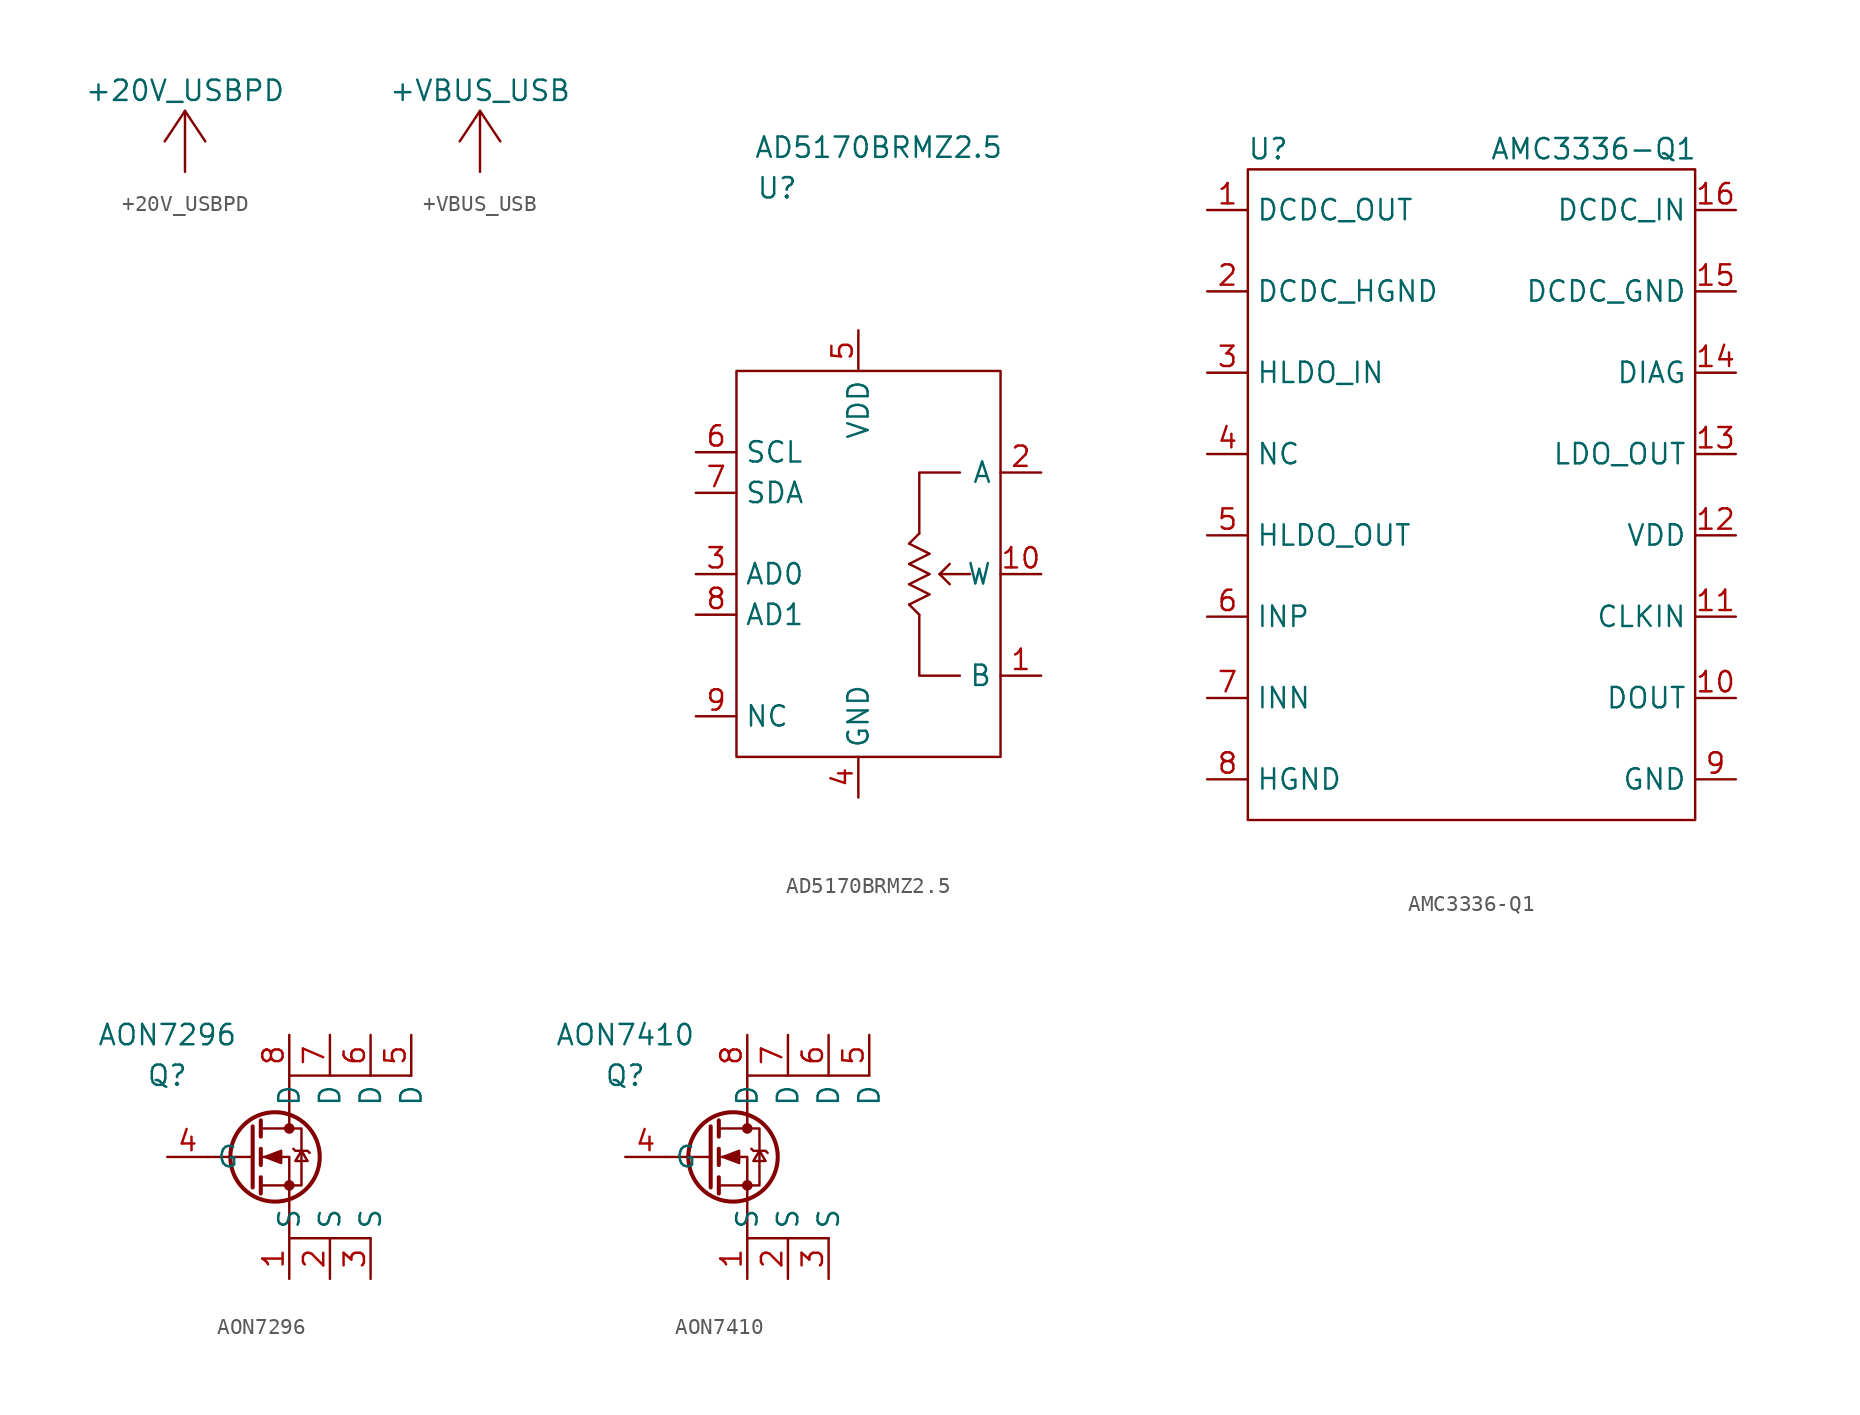
<source format=kicad_sym>
(kicad_symbol_lib
  (version 20211014)
  (generator kicad_symbol_editor)
  (symbol "+20V_USBPD"
    (power)
    (property "Reference" "#PWR"
      (at -6.35 3.81 0)
      (effects (font (size 1.27 1.27)) hide))
    (property "Value" "+20V_USBPD"
      (at 0 5.08 0)
      (effects (font (size 1.27 1.27))))
    (symbol "+20V_USBPD_0_1"
      (polyline (pts (xy 0 0) (xy 0 3.81)) (stroke (width 0) (type default) (color 0 0 0 0)) (fill (type none)))
      (polyline (pts (xy 0 3.81) (xy -1.27 1.905)) (stroke (width 0) (type default) (color 0 0 0 0)) (fill (type none)))
      (polyline (pts (xy 0 3.81) (xy 1.27 1.905)) (stroke (width 0) (type default) (color 0 0 0 0)) (fill (type none))))
    (symbol "+20V_USBPD_1_1"
      (pin power_in line (at 0 0 90) (length 2.54) hide (name "+20V_USBPD" (effects (font (size 1.27 1.27)))) (number "1" (effects (font (size 1.27 1.27)))))))
  (symbol "+VBUS_USB"
    (power)
    (property "Reference" "#PWR"
      (at -6.35 3.81 0)
      (effects (font (size 1.27 1.27)) hide))
    (property "Value" "+VBUS_USB"
      (at 0 5.08 0)
      (effects (font (size 1.27 1.27))))
    (symbol "+VBUS_USB_0_1"
      (polyline (pts (xy 0 0) (xy 0 3.81)) (stroke (width 0) (type default) (color 0 0 0 0)) (fill (type none)))
      (polyline (pts (xy 0 3.81) (xy -1.27 1.905)) (stroke (width 0) (type default) (color 0 0 0 0)) (fill (type none)))
      (polyline (pts (xy 0 3.81) (xy 1.27 1.905)) (stroke (width 0) (type default) (color 0 0 0 0)) (fill (type none))))
    (symbol "+VBUS_USB_1_1"
      (pin power_in line (at 0 0 90) (length 2.54) hide (name "+VBUS_USB" (effects (font (size 1.27 1.27)))) (number "1" (effects (font (size 1.27 1.27)))))))
  (symbol "AD5170BRMZ2.5"
    (property "Reference" "U"
      (at -6.35 7.62 0)
      (effects (font (size 1.27 1.27))))
    (property "Value" "AD5170BRMZ2.5"
      (at 0 10.16 0)
      (effects (font (size 1.27 1.27))))
    (symbol "AD5170BRMZ2.5_0_0"
      (pin unspecified line (at 10.16 -22.86 180) (length 2.54) (name "B" (effects (font (size 1.27 1.27)))) (number "1" (effects (font (size 1.27 1.27)))))
      (pin unspecified line (at 10.16 -16.51 180) (length 2.54) (name "W" (effects (font (size 1.27 1.27)))) (number "10" (effects (font (size 1.27 1.27)))))
      (pin unspecified line (at 10.16 -10.16 180) (length 2.54) (name "A" (effects (font (size 1.27 1.27)))) (number "2" (effects (font (size 1.27 1.27)))))
      (pin unspecified line (at -11.43 -16.51 0) (length 2.54) (name "AD0" (effects (font (size 1.27 1.27)))) (number "3" (effects (font (size 1.27 1.27)))))
      (pin unspecified line (at -1.27 -30.48 90) (length 2.54) (name "GND" (effects (font (size 1.27 1.27)))) (number "4" (effects (font (size 1.27 1.27)))))
      (pin unspecified line (at -1.27 -1.27 270) (length 2.54) (name "VDD" (effects (font (size 1.27 1.27)))) (number "5" (effects (font (size 1.27 1.27)))))
      (pin unspecified line (at -11.43 -8.89 0) (length 2.54) (name "SCL" (effects (font (size 1.27 1.27)))) (number "6" (effects (font (size 1.27 1.27)))))
      (pin unspecified line (at -11.43 -11.43 0) (length 2.54) (name "SDA" (effects (font (size 1.27 1.27)))) (number "7" (effects (font (size 1.27 1.27)))))
      (pin unspecified line (at -11.43 -19.05 0) (length 2.54) (name "AD1" (effects (font (size 1.27 1.27)))) (number "8" (effects (font (size 1.27 1.27)))))
      (pin unspecified line (at -11.43 -25.4 0) (length 2.54) (name "NC" (effects (font (size 1.27 1.27)))) (number "9" (effects (font (size 1.27 1.27))))))
    (symbol "AD5170BRMZ2.5_0_1"
      (rectangle (start -8.89 -3.81) (end 7.62 -27.94) (stroke (width 0) (type default) (color 0 0 0 0)) (fill (type none)))
      (polyline (pts (xy 1.905 -18.415) (xy 2.54 -19.05)) (stroke (width 0) (type default) (color 0 0 0 0)) (fill (type none)))
      (polyline (pts (xy 1.905 -17.145) (xy 3.175 -17.78)) (stroke (width 0) (type default) (color 0 0 0 0)) (fill (type none)))
      (polyline (pts (xy 1.905 -15.875) (xy 3.175 -16.51)) (stroke (width 0) (type default) (color 0 0 0 0)) (fill (type none)))
      (polyline (pts (xy 1.905 -14.605) (xy 3.175 -15.24)) (stroke (width 0) (type default) (color 0 0 0 0)) (fill (type none)))
      (polyline (pts (xy 2.54 -13.97) (xy 1.905 -14.605)) (stroke (width 0) (type default) (color 0 0 0 0)) (fill (type none)))
      (polyline (pts (xy 3.175 -17.78) (xy 1.905 -18.415)) (stroke (width 0) (type default) (color 0 0 0 0)) (fill (type none)))
      (polyline (pts (xy 3.175 -16.51) (xy 1.905 -17.145)) (stroke (width 0) (type default) (color 0 0 0 0)) (fill (type none)))
      (polyline (pts (xy 3.175 -15.24) (xy 1.905 -15.875)) (stroke (width 0) (type default) (color 0 0 0 0)) (fill (type none)))
      (polyline (pts (xy 3.81 -16.51) (xy 4.445 -17.145)) (stroke (width 0) (type default) (color 0 0 0 0)) (fill (type none)))
      (polyline (pts (xy 3.81 -16.51) (xy 4.445 -15.875)) (stroke (width 0) (type default) (color 0 0 0 0)) (fill (type none)))
      (polyline (pts (xy 3.81 -16.51) (xy 5.715 -16.51)) (stroke (width 0) (type default) (color 0 0 0 0)) (fill (type none)))
      (polyline (pts (xy 5.08 -22.86) (xy 2.54 -22.86) (xy 2.54 -19.05)) (stroke (width 0) (type default) (color 0 0 0 0)) (fill (type none)))
      (polyline (pts (xy 5.08 -10.16) (xy 2.54 -10.16) (xy 2.54 -13.97)) (stroke (width 0) (type default) (color 0 0 0 0)) (fill (type none)))))
  (symbol "AMC3336-Q1"
    (property "Reference" "U"
      (at -12.7 1.27 0)
      (effects (font (size 1.27 1.27))))
    (property "Value" "AMC3336-Q1"
      (at 7.62 1.27 0)
      (effects (font (size 1.27 1.27))))
    (symbol "AMC3336-Q1_0_0"
      (pin unspecified line (at -16.51 -2.54 0) (length 2.54) (name "DCDC_OUT" (effects (font (size 1.27 1.27)))) (number "1" (effects (font (size 1.27 1.27)))))
      (pin unspecified line (at 16.51 -33.02 180) (length 2.54) (name "DOUT" (effects (font (size 1.27 1.27)))) (number "10" (effects (font (size 1.27 1.27)))))
      (pin unspecified line (at 16.51 -27.94 180) (length 2.54) (name "CLKIN" (effects (font (size 1.27 1.27)))) (number "11" (effects (font (size 1.27 1.27)))))
      (pin unspecified line (at 16.51 -22.86 180) (length 2.54) (name "VDD" (effects (font (size 1.27 1.27)))) (number "12" (effects (font (size 1.27 1.27)))))
      (pin unspecified line (at 16.51 -17.78 180) (length 2.54) (name "LDO_OUT" (effects (font (size 1.27 1.27)))) (number "13" (effects (font (size 1.27 1.27)))))
      (pin unspecified line (at 16.51 -12.7 180) (length 2.54) (name "DIAG" (effects (font (size 1.27 1.27)))) (number "14" (effects (font (size 1.27 1.27)))))
      (pin unspecified line (at 16.51 -7.62 180) (length 2.54) (name "DCDC_GND" (effects (font (size 1.27 1.27)))) (number "15" (effects (font (size 1.27 1.27)))))
      (pin unspecified line (at 16.51 -2.54 180) (length 2.54) (name "DCDC_IN" (effects (font (size 1.27 1.27)))) (number "16" (effects (font (size 1.27 1.27)))))
      (pin unspecified line (at -16.51 -7.62 0) (length 2.54) (name "DCDC_HGND" (effects (font (size 1.27 1.27)))) (number "2" (effects (font (size 1.27 1.27)))))
      (pin unspecified line (at -16.51 -12.7 0) (length 2.54) (name "HLDO_IN" (effects (font (size 1.27 1.27)))) (number "3" (effects (font (size 1.27 1.27)))))
      (pin unspecified line (at -16.51 -17.78 0) (length 2.54) (name "NC" (effects (font (size 1.27 1.27)))) (number "4" (effects (font (size 1.27 1.27)))))
      (pin unspecified line (at -16.51 -22.86 0) (length 2.54) (name "HLDO_OUT" (effects (font (size 1.27 1.27)))) (number "5" (effects (font (size 1.27 1.27)))))
      (pin unspecified line (at -16.51 -27.94 0) (length 2.54) (name "INP" (effects (font (size 1.27 1.27)))) (number "6" (effects (font (size 1.27 1.27)))))
      (pin unspecified line (at -16.51 -33.02 0) (length 2.54) (name "INN" (effects (font (size 1.27 1.27)))) (number "7" (effects (font (size 1.27 1.27)))))
      (pin unspecified line (at -16.51 -38.1 0) (length 2.54) (name "HGND" (effects (font (size 1.27 1.27)))) (number "8" (effects (font (size 1.27 1.27)))))
      (pin unspecified line (at 16.51 -38.1 180) (length 2.54) (name "GND" (effects (font (size 1.27 1.27)))) (number "9" (effects (font (size 1.27 1.27))))))
    (symbol "AMC3336-Q1_0_1"
      (rectangle (start -13.97 0) (end 13.97 -40.64) (stroke (width 0) (type default) (color 0 0 0 0)) (fill (type none)))))
  (symbol "AON7296"
    (property "Reference" "Q"
      (at -6.35 5.08 0)
      (effects (font (size 1.27 1.27))))
    (property "Value" "AON7296"
      (at -6.35 7.62 0)
      (effects (font (size 1.27 1.27))))
    (symbol "AON7296_0_0"
      (pin passive line (at -6.35 0 0) (length 2.54) (name "G" (effects (font (size 1.27 1.27)))) (number "4" (effects (font (size 1.27 1.27)))))
      (pin passive line (at 8.89 7.62 270) (length 2.54) (name "D" (effects (font (size 1.27 1.27)))) (number "5" (effects (font (size 1.27 1.27)))))
      (pin passive line (at 6.35 7.62 270) (length 2.54) (name "D" (effects (font (size 1.27 1.27)))) (number "6" (effects (font (size 1.27 1.27)))))
      (pin passive line (at 3.81 7.62 270) (length 2.54) (name "D" (effects (font (size 1.27 1.27)))) (number "7" (effects (font (size 1.27 1.27)))))
      (pin passive line (at 1.27 7.62 270) (length 2.54) (name "D" (effects (font (size 1.27 1.27)))) (number "8" (effects (font (size 1.27 1.27))))))
    (symbol "AON7296_0_1"
      (polyline (pts (xy -1.016 0) (xy -3.81 0)) (stroke (width 0) (type default) (color 0 0 0 0)) (fill (type none)))
      (polyline (pts (xy -1.016 1.905) (xy -1.016 -1.905)) (stroke (width 0.254) (type default) (color 0 0 0 0)) (fill (type none)))
      (polyline (pts (xy -0.508 -1.27) (xy -0.508 -2.286)) (stroke (width 0.254) (type default) (color 0 0 0 0)) (fill (type none)))
      (polyline (pts (xy -0.508 0.508) (xy -0.508 -0.508)) (stroke (width 0.254) (type default) (color 0 0 0 0)) (fill (type none)))
      (polyline (pts (xy -0.508 2.286) (xy -0.508 1.27)) (stroke (width 0.254) (type default) (color 0 0 0 0)) (fill (type none)))
      (polyline (pts (xy 1.27 2.54) (xy 1.27 1.778)) (stroke (width 0) (type default) (color 0 0 0 0)) (fill (type none)))
      (polyline (pts (xy 1.27 -2.54) (xy 1.27 0) (xy -0.508 0)) (stroke (width 0) (type default) (color 0 0 0 0)) (fill (type none)))
      (polyline (pts (xy 6.35 -5.08) (xy 1.27 -5.08) (xy 1.27 -2.54)) (stroke (width 0) (type default) (color 0 0 0 0)) (fill (type none)))
      (polyline (pts (xy 8.89 5.08) (xy 1.27 5.08) (xy 1.27 2.54)) (stroke (width 0) (type default) (color 0 0 0 0)) (fill (type none)))
      (polyline (pts (xy -0.508 -1.778) (xy 2.032 -1.778) (xy 2.032 1.778) (xy -0.508 1.778)) (stroke (width 0) (type default) (color 0 0 0 0)) (fill (type none)))
      (polyline (pts (xy -0.254 0) (xy 0.762 0.381) (xy 0.762 -0.381) (xy -0.254 0)) (stroke (width 0) (type default) (color 0 0 0 0)) (fill (type outline)))
      (polyline (pts (xy 1.524 0.508) (xy 1.651 0.381) (xy 2.413 0.381) (xy 2.54 0.254)) (stroke (width 0) (type default) (color 0 0 0 0)) (fill (type none)))
      (polyline (pts (xy 2.032 0.381) (xy 1.651 -0.254) (xy 2.413 -0.254) (xy 2.032 0.381)) (stroke (width 0) (type default) (color 0 0 0 0)) (fill (type none)))
      (circle (center 0.381 0) (radius 2.794) (stroke (width 0.254) (type default) (color 0 0 0 0)) (fill (type none)))
      (circle (center 1.27 -1.778) (radius 0.254) (stroke (width 0) (type default) (color 0 0 0 0)) (fill (type outline)))
      (circle (center 1.27 1.778) (radius 0.254) (stroke (width 0) (type default) (color 0 0 0 0)) (fill (type outline))))
    (symbol "AON7296_1_1"
      (pin passive line (at 1.27 -7.62 90) (length 2.54) (name "S" (effects (font (size 1.27 1.27)))) (number "1" (effects (font (size 1.27 1.27)))))
      (pin input line (at 3.81 -7.62 90) (length 2.54) (name "S" (effects (font (size 1.27 1.27)))) (number "2" (effects (font (size 1.27 1.27)))))
      (pin passive line (at 6.35 -7.62 90) (length 2.54) (name "S" (effects (font (size 1.27 1.27)))) (number "3" (effects (font (size 1.27 1.27)))))))
  (symbol "AON7410"
    (property "Reference" "Q"
      (at -6.35 5.08 0)
      (effects (font (size 1.27 1.27))))
    (property "Value" "AON7410"
      (at -6.35 7.62 0)
      (effects (font (size 1.27 1.27))))
    (symbol "AON7410_0_0"
      (pin passive line (at -6.35 0 0) (length 2.54) (name "G" (effects (font (size 1.27 1.27)))) (number "4" (effects (font (size 1.27 1.27)))))
      (pin passive line (at 8.89 7.62 270) (length 2.54) (name "D" (effects (font (size 1.27 1.27)))) (number "5" (effects (font (size 1.27 1.27)))))
      (pin passive line (at 6.35 7.62 270) (length 2.54) (name "D" (effects (font (size 1.27 1.27)))) (number "6" (effects (font (size 1.27 1.27)))))
      (pin passive line (at 3.81 7.62 270) (length 2.54) (name "D" (effects (font (size 1.27 1.27)))) (number "7" (effects (font (size 1.27 1.27)))))
      (pin passive line (at 1.27 7.62 270) (length 2.54) (name "D" (effects (font (size 1.27 1.27)))) (number "8" (effects (font (size 1.27 1.27))))))
    (symbol "AON7410_0_1"
      (polyline (pts (xy -1.016 0) (xy -3.81 0)) (stroke (width 0) (type default) (color 0 0 0 0)) (fill (type none)))
      (polyline (pts (xy -1.016 1.905) (xy -1.016 -1.905)) (stroke (width 0.254) (type default) (color 0 0 0 0)) (fill (type none)))
      (polyline (pts (xy -0.508 -1.27) (xy -0.508 -2.286)) (stroke (width 0.254) (type default) (color 0 0 0 0)) (fill (type none)))
      (polyline (pts (xy -0.508 0.508) (xy -0.508 -0.508)) (stroke (width 0.254) (type default) (color 0 0 0 0)) (fill (type none)))
      (polyline (pts (xy -0.508 2.286) (xy -0.508 1.27)) (stroke (width 0.254) (type default) (color 0 0 0 0)) (fill (type none)))
      (polyline (pts (xy 1.27 2.54) (xy 1.27 1.778)) (stroke (width 0) (type default) (color 0 0 0 0)) (fill (type none)))
      (polyline (pts (xy 1.27 -2.54) (xy 1.27 0) (xy -0.508 0)) (stroke (width 0) (type default) (color 0 0 0 0)) (fill (type none)))
      (polyline (pts (xy 6.35 -5.08) (xy 1.27 -5.08) (xy 1.27 -2.54)) (stroke (width 0) (type default) (color 0 0 0 0)) (fill (type none)))
      (polyline (pts (xy 8.89 5.08) (xy 1.27 5.08) (xy 1.27 2.54)) (stroke (width 0) (type default) (color 0 0 0 0)) (fill (type none)))
      (polyline (pts (xy -0.508 -1.778) (xy 2.032 -1.778) (xy 2.032 1.778) (xy -0.508 1.778)) (stroke (width 0) (type default) (color 0 0 0 0)) (fill (type none)))
      (polyline (pts (xy -0.254 0) (xy 0.762 0.381) (xy 0.762 -0.381) (xy -0.254 0)) (stroke (width 0) (type default) (color 0 0 0 0)) (fill (type outline)))
      (polyline (pts (xy 1.524 0.508) (xy 1.651 0.381) (xy 2.413 0.381) (xy 2.54 0.254)) (stroke (width 0) (type default) (color 0 0 0 0)) (fill (type none)))
      (polyline (pts (xy 2.032 0.381) (xy 1.651 -0.254) (xy 2.413 -0.254) (xy 2.032 0.381)) (stroke (width 0) (type default) (color 0 0 0 0)) (fill (type none)))
      (circle (center 0.381 0) (radius 2.794) (stroke (width 0.254) (type default) (color 0 0 0 0)) (fill (type none)))
      (circle (center 1.27 -1.778) (radius 0.254) (stroke (width 0) (type default) (color 0 0 0 0)) (fill (type outline)))
      (circle (center 1.27 1.778) (radius 0.254) (stroke (width 0) (type default) (color 0 0 0 0)) (fill (type outline))))
    (symbol "AON7410_1_1"
      (pin passive line (at 1.27 -7.62 90) (length 2.54) (name "S" (effects (font (size 1.27 1.27)))) (number "1" (effects (font (size 1.27 1.27)))))
      (pin input line (at 3.81 -7.62 90) (length 2.54) (name "S" (effects (font (size 1.27 1.27)))) (number "2" (effects (font (size 1.27 1.27)))))
      (pin passive line (at 6.35 -7.62 90) (length 2.54) (name "S" (effects (font (size 1.27 1.27)))) (number "3" (effects (font (size 1.27 1.27))))))))
</source>
